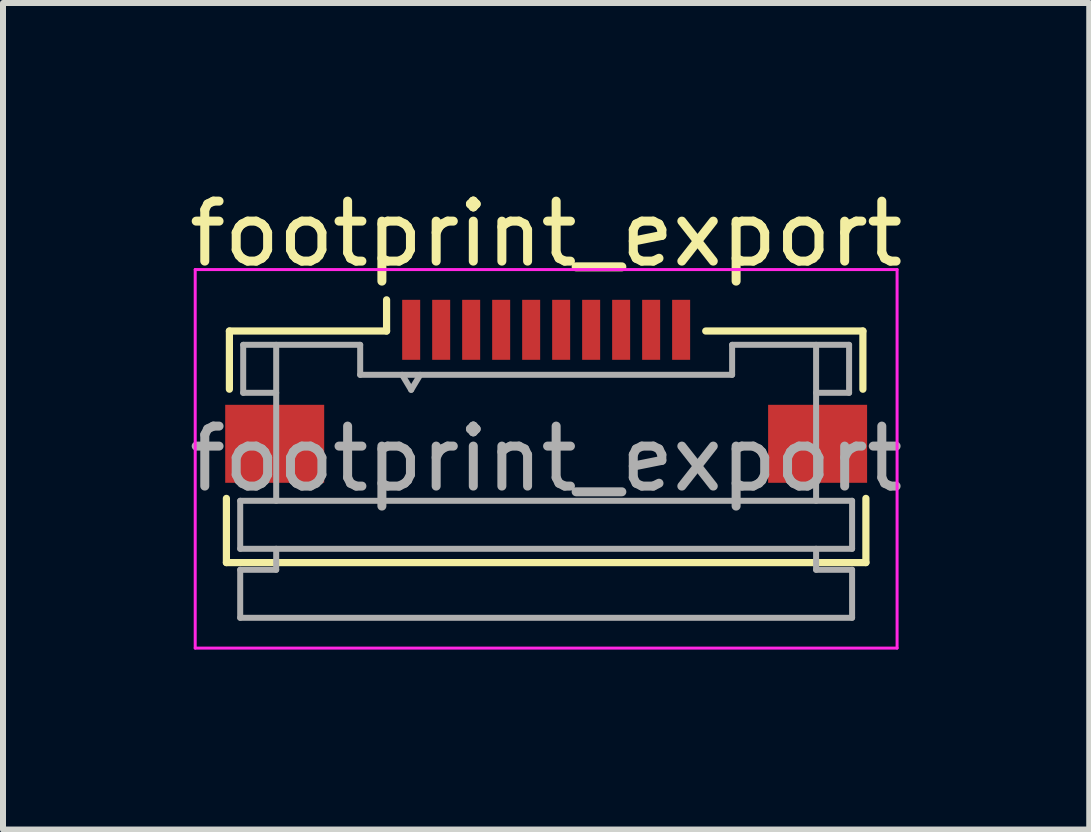
<source format=kicad_pcb>
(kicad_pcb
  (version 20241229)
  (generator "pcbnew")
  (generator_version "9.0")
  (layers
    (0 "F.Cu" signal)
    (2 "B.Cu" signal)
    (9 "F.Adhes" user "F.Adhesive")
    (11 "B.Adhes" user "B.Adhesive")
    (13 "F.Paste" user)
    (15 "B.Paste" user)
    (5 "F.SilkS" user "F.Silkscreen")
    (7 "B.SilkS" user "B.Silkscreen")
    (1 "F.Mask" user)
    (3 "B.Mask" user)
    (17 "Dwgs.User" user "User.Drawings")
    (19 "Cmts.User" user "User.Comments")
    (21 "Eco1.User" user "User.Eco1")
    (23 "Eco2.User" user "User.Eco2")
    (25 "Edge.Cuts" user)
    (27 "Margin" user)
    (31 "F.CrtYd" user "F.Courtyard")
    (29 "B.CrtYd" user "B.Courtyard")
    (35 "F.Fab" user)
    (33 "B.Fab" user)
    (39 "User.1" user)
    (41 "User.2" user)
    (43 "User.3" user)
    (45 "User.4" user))
  (footprint "footprint_export"
    (layer "F.Cu")
    (at 6.054 3.473)
    (property "Reference" "footprint_export" (at 0 -2.625 0) (layer "F.SilkS") (effects (font (size 1 1) (thickness 0.15))))
    (attr smd)
    (fp_line (start -5.33 1.785) (end -5.33 2.855) (stroke (width 0.12) (type solid)) (layer "F.SilkS"))
    (fp_line (start -5.33 2.855) (end 5.33 2.855) (stroke (width 0.12) (type solid)) (layer "F.SilkS"))
    (fp_line (start -5.28 -1.005) (end -5.28 -0.035) (stroke (width 0.12) (type solid)) (layer "F.SilkS"))
    (fp_line (start -2.66 -1.525) (end -2.66 -1.005) (stroke (width 0.12) (type solid)) (layer "F.SilkS"))
    (fp_line (start -2.66 -1.005) (end -5.28 -1.005) (stroke (width 0.12) (type solid)) (layer "F.SilkS"))
    (fp_line (start 5.28 -1.005) (end 2.66 -1.005) (stroke (width 0.12) (type solid)) (layer "F.SilkS"))
    (fp_line (start 5.28 -0.035) (end 5.28 -1.005) (stroke (width 0.12) (type solid)) (layer "F.SilkS"))
    (fp_line (start 5.33 2.855) (end 5.33 1.785) (stroke (width 0.12) (type solid)) (layer "F.SilkS"))
    (fp_line (start -5.85 -2.03) (end 5.85 -2.03) (stroke (width 0.05) (type solid)) (layer "F.CrtYd"))
    (fp_line (start -5.85 4.28) (end -5.85 -2.03) (stroke (width 0.05) (type solid)) (layer "F.CrtYd"))
    (fp_line (start 5.85 -2.03) (end 5.85 4.28) (stroke (width 0.05) (type solid)) (layer "F.CrtYd"))
    (fp_line (start 5.85 4.28) (end -5.85 4.28) (stroke (width 0.05) (type solid)) (layer "F.CrtYd"))
    (fp_line (start -5.1 1.825) (end -5.1 2.625) (stroke (width 0.1) (type solid)) (layer "F.Fab"))
    (fp_line (start -5.1 2.625) (end 5.1 2.625) (stroke (width 0.1) (type solid)) (layer "F.Fab"))
    (fp_line (start -5.1 2.975) (end -5.1 3.775) (stroke (width 0.1) (type solid)) (layer "F.Fab"))
    (fp_line (start -5.1 3.775) (end 5.1 3.775) (stroke (width 0.1) (type solid)) (layer "F.Fab"))
    (fp_line (start -5.05 -0.775) (end -5.05 0.025) (stroke (width 0.1) (type solid)) (layer "F.Fab"))
    (fp_line (start -5.05 -0.775) (end -3.1 -0.775) (stroke (width 0.1) (type solid)) (layer "F.Fab"))
    (fp_line (start -5.05 0.025) (end -4.5 0.025) (stroke (width 0.1) (type solid)) (layer "F.Fab"))
    (fp_line (start -4.5 1.825) (end -4.5 -0.775) (stroke (width 0.1) (type solid)) (layer "F.Fab"))
    (fp_line (start -4.5 2.625) (end -4.5 2.975) (stroke (width 0.1) (type solid)) (layer "F.Fab"))
    (fp_line (start -4.5 2.975) (end -5.1 2.975) (stroke (width 0.1) (type solid)) (layer "F.Fab"))
    (fp_line (start -3.1 -0.775) (end -3.1 -0.275) (stroke (width 0.1) (type solid)) (layer "F.Fab"))
    (fp_line (start -3.1 -0.275) (end 3.1 -0.275) (stroke (width 0.1) (type solid)) (layer "F.Fab"))
    (fp_line (start -2.4 -0.275) (end -2.25 -0.025) (stroke (width 0.1) (type solid)) (layer "F.Fab"))
    (fp_line (start -2.25 -0.025) (end -2.1 -0.275) (stroke (width 0.1) (type solid)) (layer "F.Fab"))
    (fp_line (start 3.1 -0.775) (end 5.05 -0.775) (stroke (width 0.1) (type solid)) (layer "F.Fab"))
    (fp_line (start 3.1 -0.275) (end 3.1 -0.775) (stroke (width 0.1) (type solid)) (layer "F.Fab"))
    (fp_line (start 4.5 -0.775) (end 4.5 1.825) (stroke (width 0.1) (type solid)) (layer "F.Fab"))
    (fp_line (start 4.5 2.975) (end 4.5 2.625) (stroke (width 0.1) (type solid)) (layer "F.Fab"))
    (fp_line (start 5.05 -0.775) (end 5.05 0.025) (stroke (width 0.1) (type solid)) (layer "F.Fab"))
    (fp_line (start 5.05 0.025) (end 4.5 0.025) (stroke (width 0.1) (type solid)) (layer "F.Fab"))
    (fp_line (start 5.1 1.825) (end -5.1 1.825) (stroke (width 0.1) (type solid)) (layer "F.Fab"))
    (fp_line (start 5.1 2.625) (end 5.1 1.825) (stroke (width 0.1) (type solid)) (layer "F.Fab"))
    (fp_line (start 5.1 2.975) (end 4.5 2.975) (stroke (width 0.1) (type solid)) (layer "F.Fab"))
    (fp_line (start 5.1 3.775) (end 5.1 2.975) (stroke (width 0.1) (type solid)) (layer "F.Fab"))
    (fp_text user "${REFERENCE}" (at 0 1.125 0) (layer "F.Fab") (effects (font (size 1 1) (thickness 0.15))))
    (pad "1" smd rect (at -2.25 -1.025) (size 0.3 1) (layers "F.Cu" "F.Mask" "F.Paste"))
    (pad "2" smd rect (at -1.75 -1.025) (size 0.3 1) (layers "F.Cu" "F.Mask" "F.Paste"))
    (pad "3" smd rect (at -1.25 -1.025) (size 0.3 1) (layers "F.Cu" "F.Mask" "F.Paste"))
    (pad "4" smd rect (at -0.75 -1.025) (size 0.3 1) (layers "F.Cu" "F.Mask" "F.Paste"))
    (pad "5" smd rect (at -0.25 -1.025) (size 0.3 1) (layers "F.Cu" "F.Mask" "F.Paste"))
    (pad "6" smd rect (at 0.25 -1.025) (size 0.3 1) (layers "F.Cu" "F.Mask" "F.Paste"))
    (pad "7" smd rect (at 0.75 -1.025) (size 0.3 1) (layers "F.Cu" "F.Mask" "F.Paste"))
    (pad "8" smd rect (at 1.25 -1.025) (size 0.3 1) (layers "F.Cu" "F.Mask" "F.Paste"))
    (pad "9" smd rect (at 1.75 -1.025) (size 0.3 1) (layers "F.Cu" "F.Mask" "F.Paste"))
    (pad "10" smd rect (at 2.25 -1.025) (size 0.3 1) (layers "F.Cu" "F.Mask" "F.Paste"))
    (pad "MP" smd rect (at -4.525 0.875) (size 1.65 1.3) (layers "F.Cu" "F.Mask" "F.Paste"))
    (pad "MP" smd rect (at 4.525 0.875) (size 1.65 1.3) (layers "F.Cu" "F.Mask" "F.Paste")))
  (gr_rect
    (start -3 -3)
    (end 15.107 10.778)
    (stroke (width 0.1) (type default))
    (fill no)
    (layer "Edge.Cuts")))
</source>
